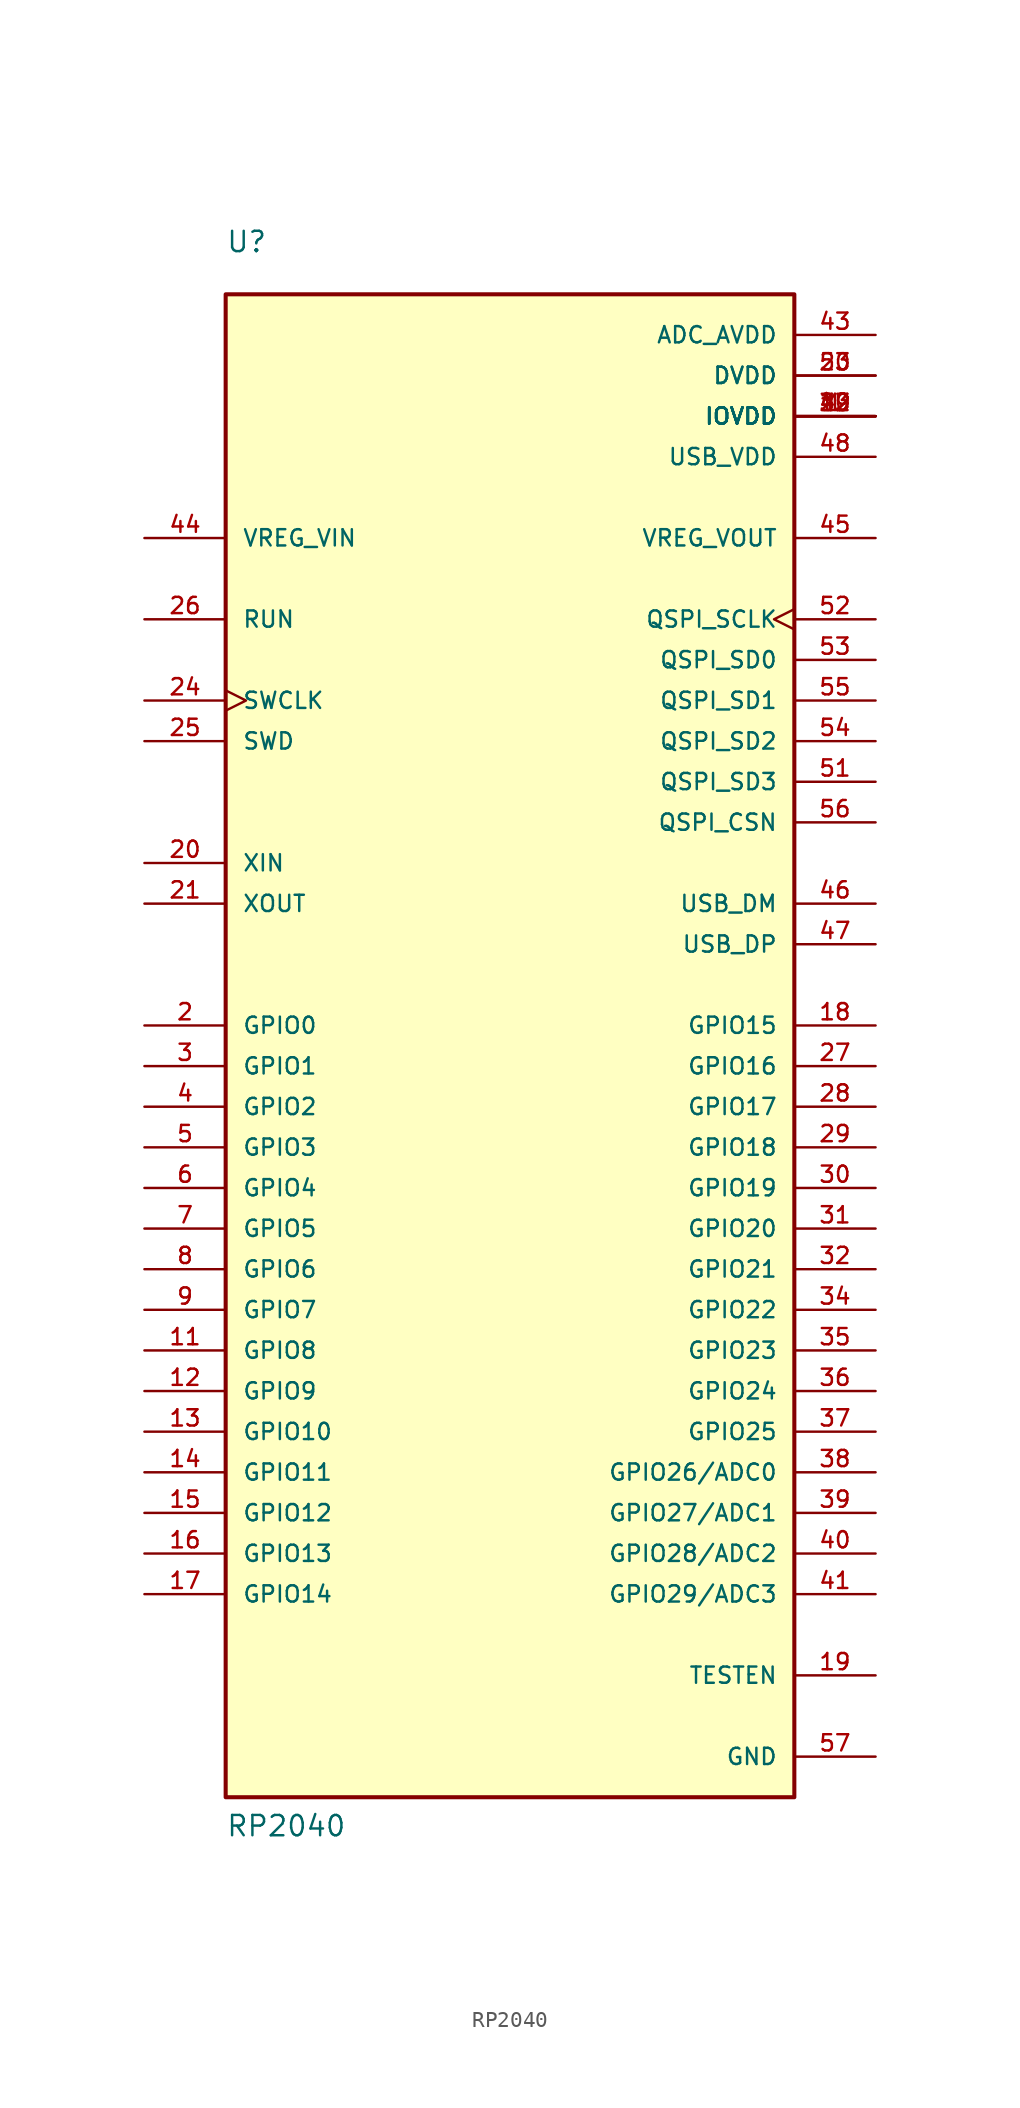
<source format=kicad_sym>
(kicad_symbol_lib
  (version 20241209)
  (generator "kicad_symbol_editor")
  (generator_version "9.0")
  (symbol "RP2040"
    (pin_names
      (offset 1.016))
    (property "Reference" "U"
      (at -17.78 50.8 0)
      (effects (font (size 1.27 1.27)) (justify left bottom)))
    (property "Value" "RP2040"
      (at -17.78 -48.26 0)
      (effects (font (size 1.27 1.27)) (justify left bottom)))
    (property "ki_locked" ""
      (at 0 0 0)
      (effects (font (size 1.27 1.27))))
    (symbol "RP2040_0_0"
      (rectangle (start -17.78 -45.72) (end 17.78 48.26) (stroke (width 0.254) (type solid)) (fill (type background)))
      (pin input line (at -22.86 33.02 0) (length 5.08) (name "VREG_VIN" (effects (font (size 1.016 1.016)))) (number "44" (effects (font (size 1.016 1.016)))))
      (pin input line (at -22.86 27.94 0) (length 5.08) (name "RUN" (effects (font (size 1.016 1.016)))) (number "26" (effects (font (size 1.016 1.016)))))
      (pin input clock (at -22.86 22.86 0) (length 5.08) (name "SWCLK" (effects (font (size 1.016 1.016)))) (number "24" (effects (font (size 1.016 1.016)))))
      (pin bidirectional line (at -22.86 20.32 0) (length 5.08) (name "SWD" (effects (font (size 1.016 1.016)))) (number "25" (effects (font (size 1.016 1.016)))))
      (pin input line (at -22.86 12.7 0) (length 5.08) (name "XIN" (effects (font (size 1.016 1.016)))) (number "20" (effects (font (size 1.016 1.016)))))
      (pin output line (at -22.86 10.16 0) (length 5.08) (name "XOUT" (effects (font (size 1.016 1.016)))) (number "21" (effects (font (size 1.016 1.016)))))
      (pin bidirectional line (at -22.86 2.54 0) (length 5.08) (name "GPIO0" (effects (font (size 1.016 1.016)))) (number "2" (effects (font (size 1.016 1.016)))))
      (pin bidirectional line (at -22.86 0 0) (length 5.08) (name "GPIO1" (effects (font (size 1.016 1.016)))) (number "3" (effects (font (size 1.016 1.016)))))
      (pin bidirectional line (at -22.86 -2.54 0) (length 5.08) (name "GPIO2" (effects (font (size 1.016 1.016)))) (number "4" (effects (font (size 1.016 1.016)))))
      (pin bidirectional line (at -22.86 -5.08 0) (length 5.08) (name "GPIO3" (effects (font (size 1.016 1.016)))) (number "5" (effects (font (size 1.016 1.016)))))
      (pin bidirectional line (at -22.86 -7.62 0) (length 5.08) (name "GPIO4" (effects (font (size 1.016 1.016)))) (number "6" (effects (font (size 1.016 1.016)))))
      (pin bidirectional line (at -22.86 -10.16 0) (length 5.08) (name "GPIO5" (effects (font (size 1.016 1.016)))) (number "7" (effects (font (size 1.016 1.016)))))
      (pin bidirectional line (at -22.86 -12.7 0) (length 5.08) (name "GPIO6" (effects (font (size 1.016 1.016)))) (number "8" (effects (font (size 1.016 1.016)))))
      (pin bidirectional line (at -22.86 -15.24 0) (length 5.08) (name "GPIO7" (effects (font (size 1.016 1.016)))) (number "9" (effects (font (size 1.016 1.016)))))
      (pin bidirectional line (at -22.86 -17.78 0) (length 5.08) (name "GPIO8" (effects (font (size 1.016 1.016)))) (number "11" (effects (font (size 1.016 1.016)))))
      (pin bidirectional line (at -22.86 -20.32 0) (length 5.08) (name "GPIO9" (effects (font (size 1.016 1.016)))) (number "12" (effects (font (size 1.016 1.016)))))
      (pin bidirectional line (at -22.86 -22.86 0) (length 5.08) (name "GPIO10" (effects (font (size 1.016 1.016)))) (number "13" (effects (font (size 1.016 1.016)))))
      (pin bidirectional line (at -22.86 -25.4 0) (length 5.08) (name "GPIO11" (effects (font (size 1.016 1.016)))) (number "14" (effects (font (size 1.016 1.016)))))
      (pin bidirectional line (at -22.86 -27.94 0) (length 5.08) (name "GPIO12" (effects (font (size 1.016 1.016)))) (number "15" (effects (font (size 1.016 1.016)))))
      (pin bidirectional line (at -22.86 -30.48 0) (length 5.08) (name "GPIO13" (effects (font (size 1.016 1.016)))) (number "16" (effects (font (size 1.016 1.016)))))
      (pin bidirectional line (at -22.86 -33.02 0) (length 5.08) (name "GPIO14" (effects (font (size 1.016 1.016)))) (number "17" (effects (font (size 1.016 1.016)))))
      (pin power_in line (at 22.86 45.72 180) (length 5.08) (name "ADC_AVDD" (effects (font (size 1.016 1.016)))) (number "43" (effects (font (size 1.016 1.016)))))
      (pin power_in line (at 22.86 43.18 180) (length 5.08) (name "DVDD" (effects (font (size 1.016 1.016)))) (number "23" (effects (font (size 1.016 1.016)))))
      (pin power_in line (at 22.86 43.18 180) (length 5.08) (name "DVDD" (effects (font (size 1.016 1.016)))) (number "50" (effects (font (size 1.016 1.016)))))
      (pin power_in line (at 22.86 40.64 180) (length 5.08) (name "IOVDD" (effects (font (size 1.016 1.016)))) (number "1" (effects (font (size 1.016 1.016)))))
      (pin power_in line (at 22.86 40.64 180) (length 5.08) (name "IOVDD" (effects (font (size 1.016 1.016)))) (number "10" (effects (font (size 1.016 1.016)))))
      (pin power_in line (at 22.86 40.64 180) (length 5.08) (name "IOVDD" (effects (font (size 1.016 1.016)))) (number "22" (effects (font (size 1.016 1.016)))))
      (pin power_in line (at 22.86 40.64 180) (length 5.08) (name "IOVDD" (effects (font (size 1.016 1.016)))) (number "33" (effects (font (size 1.016 1.016)))))
      (pin power_in line (at 22.86 40.64 180) (length 5.08) (name "IOVDD" (effects (font (size 1.016 1.016)))) (number "42" (effects (font (size 1.016 1.016)))))
      (pin power_in line (at 22.86 40.64 180) (length 5.08) (name "IOVDD" (effects (font (size 1.016 1.016)))) (number "49" (effects (font (size 1.016 1.016)))))
      (pin power_in line (at 22.86 38.1 180) (length 5.08) (name "USB_VDD" (effects (font (size 1.016 1.016)))) (number "48" (effects (font (size 1.016 1.016)))))
      (pin output line (at 22.86 33.02 180) (length 5.08) (name "VREG_VOUT" (effects (font (size 1.016 1.016)))) (number "45" (effects (font (size 1.016 1.016)))))
      (pin bidirectional clock (at 22.86 27.94 180) (length 5.08) (name "QSPI_SCLK" (effects (font (size 1.016 1.016)))) (number "52" (effects (font (size 1.016 1.016)))))
      (pin bidirectional line (at 22.86 25.4 180) (length 5.08) (name "QSPI_SD0" (effects (font (size 1.016 1.016)))) (number "53" (effects (font (size 1.016 1.016)))))
      (pin bidirectional line (at 22.86 22.86 180) (length 5.08) (name "QSPI_SD1" (effects (font (size 1.016 1.016)))) (number "55" (effects (font (size 1.016 1.016)))))
      (pin bidirectional line (at 22.86 20.32 180) (length 5.08) (name "QSPI_SD2" (effects (font (size 1.016 1.016)))) (number "54" (effects (font (size 1.016 1.016)))))
      (pin bidirectional line (at 22.86 17.78 180) (length 5.08) (name "QSPI_SD3" (effects (font (size 1.016 1.016)))) (number "51" (effects (font (size 1.016 1.016)))))
      (pin bidirectional line (at 22.86 15.24 180) (length 5.08) (name "QSPI_CSN" (effects (font (size 1.016 1.016)))) (number "56" (effects (font (size 1.016 1.016)))))
      (pin bidirectional line (at 22.86 10.16 180) (length 5.08) (name "USB_DM" (effects (font (size 1.016 1.016)))) (number "46" (effects (font (size 1.016 1.016)))))
      (pin bidirectional line (at 22.86 7.62 180) (length 5.08) (name "USB_DP" (effects (font (size 1.016 1.016)))) (number "47" (effects (font (size 1.016 1.016)))))
      (pin bidirectional line (at 22.86 2.54 180) (length 5.08) (name "GPIO15" (effects (font (size 1.016 1.016)))) (number "18" (effects (font (size 1.016 1.016)))))
      (pin bidirectional line (at 22.86 0 180) (length 5.08) (name "GPIO16" (effects (font (size 1.016 1.016)))) (number "27" (effects (font (size 1.016 1.016)))))
      (pin bidirectional line (at 22.86 -2.54 180) (length 5.08) (name "GPIO17" (effects (font (size 1.016 1.016)))) (number "28" (effects (font (size 1.016 1.016)))))
      (pin bidirectional line (at 22.86 -5.08 180) (length 5.08) (name "GPIO18" (effects (font (size 1.016 1.016)))) (number "29" (effects (font (size 1.016 1.016)))))
      (pin bidirectional line (at 22.86 -7.62 180) (length 5.08) (name "GPIO19" (effects (font (size 1.016 1.016)))) (number "30" (effects (font (size 1.016 1.016)))))
      (pin bidirectional line (at 22.86 -10.16 180) (length 5.08) (name "GPIO20" (effects (font (size 1.016 1.016)))) (number "31" (effects (font (size 1.016 1.016)))))
      (pin bidirectional line (at 22.86 -12.7 180) (length 5.08) (name "GPIO21" (effects (font (size 1.016 1.016)))) (number "32" (effects (font (size 1.016 1.016)))))
      (pin bidirectional line (at 22.86 -15.24 180) (length 5.08) (name "GPIO22" (effects (font (size 1.016 1.016)))) (number "34" (effects (font (size 1.016 1.016)))))
      (pin bidirectional line (at 22.86 -17.78 180) (length 5.08) (name "GPIO23" (effects (font (size 1.016 1.016)))) (number "35" (effects (font (size 1.016 1.016)))))
      (pin bidirectional line (at 22.86 -20.32 180) (length 5.08) (name "GPIO24" (effects (font (size 1.016 1.016)))) (number "36" (effects (font (size 1.016 1.016)))))
      (pin bidirectional line (at 22.86 -22.86 180) (length 5.08) (name "GPIO25" (effects (font (size 1.016 1.016)))) (number "37" (effects (font (size 1.016 1.016)))))
      (pin bidirectional line (at 22.86 -25.4 180) (length 5.08) (name "GPIO26/ADC0" (effects (font (size 1.016 1.016)))) (number "38" (effects (font (size 1.016 1.016)))))
      (pin bidirectional line (at 22.86 -27.94 180) (length 5.08) (name "GPIO27/ADC1" (effects (font (size 1.016 1.016)))) (number "39" (effects (font (size 1.016 1.016)))))
      (pin bidirectional line (at 22.86 -30.48 180) (length 5.08) (name "GPIO28/ADC2" (effects (font (size 1.016 1.016)))) (number "40" (effects (font (size 1.016 1.016)))))
      (pin bidirectional line (at 22.86 -33.02 180) (length 5.08) (name "GPIO29/ADC3" (effects (font (size 1.016 1.016)))) (number "41" (effects (font (size 1.016 1.016)))))
      (pin passive line (at 22.86 -38.1 180) (length 5.08) (name "TESTEN" (effects (font (size 1.016 1.016)))) (number "19" (effects (font (size 1.016 1.016)))))
      (pin power_in line (at 22.86 -43.18 180) (length 5.08) (name "GND" (effects (font (size 1.016 1.016)))) (number "57" (effects (font (size 1.016 1.016))))))))
</source>
